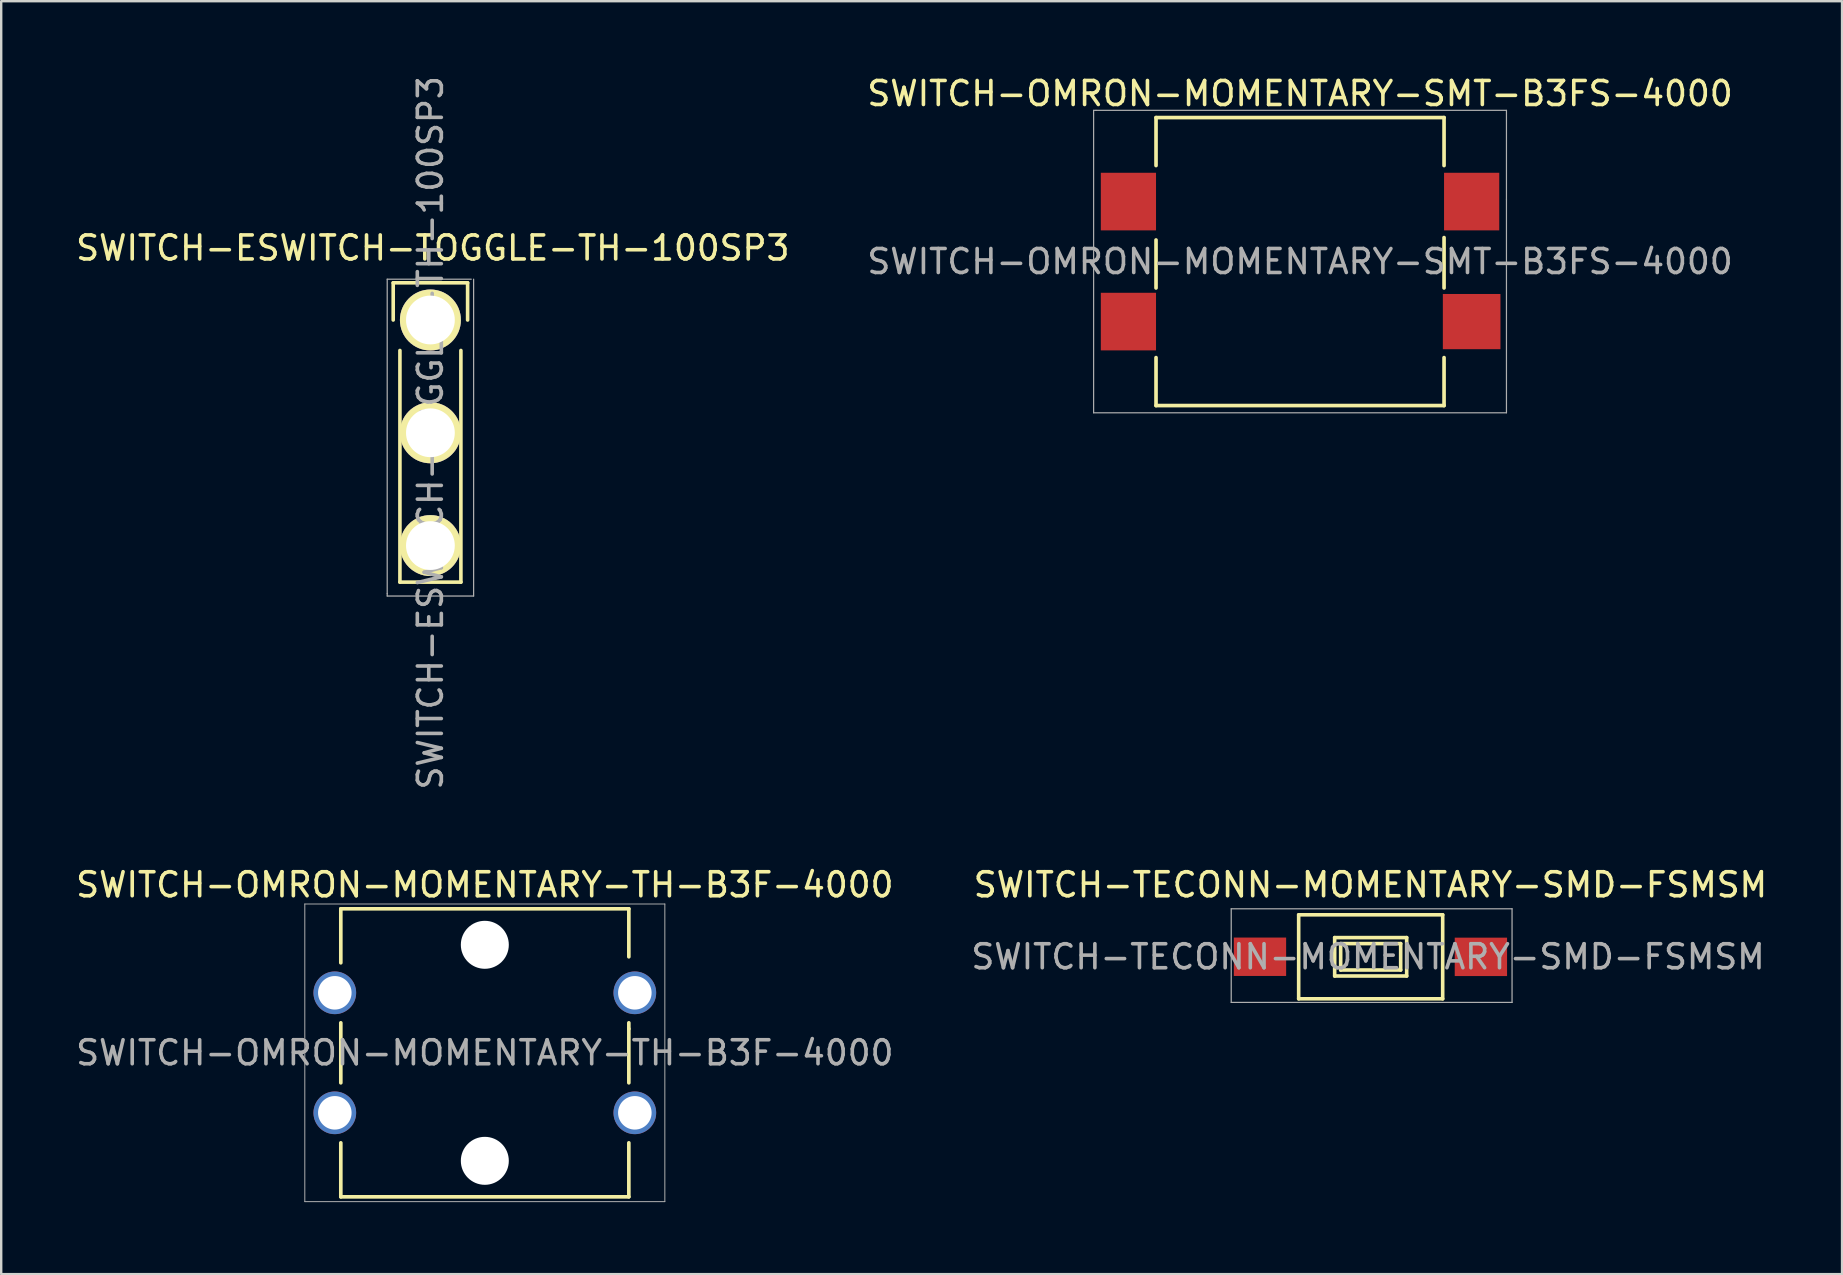
<source format=kicad_pcb>
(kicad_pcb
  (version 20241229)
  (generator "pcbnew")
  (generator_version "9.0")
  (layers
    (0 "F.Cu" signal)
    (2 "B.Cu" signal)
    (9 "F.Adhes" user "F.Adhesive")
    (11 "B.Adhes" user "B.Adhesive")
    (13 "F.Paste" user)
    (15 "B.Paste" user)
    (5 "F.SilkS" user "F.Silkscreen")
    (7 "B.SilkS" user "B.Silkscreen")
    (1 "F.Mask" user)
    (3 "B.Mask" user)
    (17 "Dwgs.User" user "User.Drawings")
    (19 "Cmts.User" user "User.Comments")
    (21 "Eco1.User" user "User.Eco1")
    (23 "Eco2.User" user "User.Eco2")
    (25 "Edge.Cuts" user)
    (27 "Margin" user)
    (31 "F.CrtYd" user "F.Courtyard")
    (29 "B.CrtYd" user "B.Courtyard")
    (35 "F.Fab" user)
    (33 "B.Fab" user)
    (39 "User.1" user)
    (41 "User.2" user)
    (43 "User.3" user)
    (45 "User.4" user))
  (footprint "SWITCH-ESWITCH-TOGGLE-TH-100SP3"
    (layer "F.Cu")
    (at 14.882 10.282)
    (property "Reference" "SWITCH-ESWITCH-TOGGLE-TH-100SP3" (at 0 4.7 90) (layer "F.Fab") (effects (font (size 1 1) (thickness 0.15))))
    (attr through_hole)
    (fp_line (start -1.55 -1.55) (end 1.55 -1.55) (stroke (width 0.15) (type solid)) (layer "F.SilkS"))
    (fp_line (start -1.55 0) (end -1.55 -1.55) (stroke (width 0.15) (type solid)) (layer "F.SilkS"))
    (fp_line (start -1.27 10.922) (end -1.27 1.27) (stroke (width 0.15) (type solid)) (layer "F.SilkS"))
    (fp_line (start 1.27 1.27) (end 1.27 10.922) (stroke (width 0.15) (type solid)) (layer "F.SilkS"))
    (fp_line (start 1.27 10.922) (end -1.27 10.922) (stroke (width 0.15) (type solid)) (layer "F.SilkS"))
    (fp_line (start 1.55 -1.55) (end 1.55 0) (stroke (width 0.15) (type solid)) (layer "F.SilkS"))
    (fp_line (start -1.8 -1.7) (end -1.8 11.4) (stroke (width 0.051) (type solid)) (layer "F.Fab"))
    (fp_line (start -1.8 11.4) (end -1.8 11.5) (stroke (width 0.051) (type solid)) (layer "F.Fab"))
    (fp_line (start -1.8 11.5) (end 1.8 11.5) (stroke (width 0.051) (type solid)) (layer "F.Fab"))
    (fp_line (start 1.7 -1.7) (end -1.8 -1.7) (stroke (width 0.051) (type solid)) (layer "F.Fab"))
    (fp_line (start 1.8 11.5) (end 1.8 -1.7) (stroke (width 0.051) (type solid)) (layer "F.Fab"))
    (fp_circle (center 0 0) (end 0.1 0.3) (stroke (width 0.508) (type solid)) (fill no) (layer "F.Fab"))
    (fp_text user "${REFERENCE}" (at 0.1 -3 0) (layer "F.SilkS") (effects (font (size 1 1) (thickness 0.15))))
    (pad "1" thru_hole circle (at 0 0) (size 2.54 2.54) (drill 2.032) (layers "*.Cu" "*.Mask" "F.SilkS"))
    (pad "2" thru_hole circle (at 0 4.699) (size 2.54 2.54) (drill 2.032) (layers "*.Cu" "*.Mask" "F.SilkS"))
    (pad "3" thru_hole circle (at 0 9.398) (size 2.54 2.54) (drill 2.032) (layers "*.Cu" "*.Mask" "F.SilkS")))
  (footprint "SWITCH-TECONN-MOMENTARY-SMD-FSMSM"
    (layer "F.Cu")
    (at 54.046 36.813)
    (property "Reference" "SWITCH-TECONN-MOMENTARY-SMD-FSMSM" (at -0.1 0 0) (layer "F.Fab") (effects (font (size 1 1) (thickness 0.15))))
    (attr smd)
    (fp_line (start -2.99 -1.75) (end -2.99 1.75) (stroke (width 0.15) (type solid)) (layer "F.SilkS"))
    (fp_line (start -2.99 -1.75) (end 3.01 -1.75) (stroke (width 0.15) (type solid)) (layer "F.SilkS"))
    (fp_line (start -2.99 1.75) (end 3.01 1.75) (stroke (width 0.15) (type solid)) (layer "F.SilkS"))
    (fp_line (start -1.49 -0.8) (end -1.49 0.8) (stroke (width 0.15) (type solid)) (layer "F.SilkS"))
    (fp_line (start -1.49 -0.8) (end 1.51 -0.8) (stroke (width 0.15) (type solid)) (layer "F.SilkS"))
    (fp_line (start -1.49 0.8) (end 1.51 0.8) (stroke (width 0.15) (type solid)) (layer "F.SilkS"))
    (fp_line (start -1.24 -0.55) (end 1.26 -0.55) (stroke (width 0.15) (type solid)) (layer "F.SilkS"))
    (fp_line (start -1.24 0.55) (end -1.24 -0.55) (stroke (width 0.15) (type solid)) (layer "F.SilkS"))
    (fp_line (start 1.26 -0.55) (end 1.26 0.55) (stroke (width 0.15) (type solid)) (layer "F.SilkS"))
    (fp_line (start 1.26 0.55) (end -1.24 0.55) (stroke (width 0.15) (type solid)) (layer "F.SilkS"))
    (fp_line (start 1.51 -0.8) (end 1.51 0.8) (stroke (width 0.15) (type solid)) (layer "F.SilkS"))
    (fp_line (start 3.01 -1.75) (end 3.01 1.75) (stroke (width 0.15) (type solid)) (layer "F.SilkS"))
    (fp_line (start -5.8 -2) (end -5.8 1.9) (stroke (width 0.051) (type solid)) (layer "F.Fab"))
    (fp_line (start -5.8 1.9) (end 5.9 1.9) (stroke (width 0.051) (type solid)) (layer "F.Fab"))
    (fp_line (start 5.9 -2) (end -5.8 -2) (stroke (width 0.051) (type solid)) (layer "F.Fab"))
    (fp_line (start 5.9 1.9) (end 5.9 -2) (stroke (width 0.051) (type solid)) (layer "F.Fab"))
    (fp_text user "${REFERENCE}" (at 0 -3 0) (layer "F.SilkS") (effects (font (size 1 1) (thickness 0.15))))
    (pad "1" smd rect (at -4.602 -0.002) (size 2.18 1.6) (layers "F.Cu" "F.Mask" "F.Paste"))
    (pad "2" smd rect (at 4.602 0.002) (size 2.18 1.6) (layers "F.Cu" "F.Mask" "F.Paste")))
  (footprint "SWITCH-OMRON-MOMENTARY-TH-B3F-4000"
    (layer "F.Cu")
    (at 17.149 40.813)
    (property "Reference" "SWITCH-OMRON-MOMENTARY-TH-B3F-4000" (at 0 0 0) (layer "F.Fab") (effects (font (size 1 1) (thickness 0.15))))
    (attr through_hole)
    (fp_line (start -6 -6) (end -6 -3.75) (stroke (width 0.152) (type solid)) (layer "F.SilkS"))
    (fp_line (start -6 -6) (end 6 -6) (stroke (width 0.152) (type solid)) (layer "F.SilkS"))
    (fp_line (start -6 -1.25) (end -6 1.25) (stroke (width 0.152) (type solid)) (layer "F.SilkS"))
    (fp_line (start -6 3.75) (end -6 6) (stroke (width 0.152) (type solid)) (layer "F.SilkS"))
    (fp_line (start -6 6) (end 6 6) (stroke (width 0.152) (type solid)) (layer "F.SilkS"))
    (fp_line (start 6 -6) (end 6 -4) (stroke (width 0.152) (type solid)) (layer "F.SilkS"))
    (fp_line (start 6 -1.25) (end 6 -1) (stroke (width 0.152) (type solid)) (layer "F.SilkS"))
    (fp_line (start 6 -1) (end 6 1.25) (stroke (width 0.152) (type solid)) (layer "F.SilkS"))
    (fp_line (start 6 6) (end 6 3.75) (stroke (width 0.152) (type solid)) (layer "F.SilkS"))
    (fp_line (start -7.5 -6.2) (end 7.5 -6.2) (stroke (width 0.041) (type solid)) (layer "F.Fab"))
    (fp_line (start -7.5 6.2) (end -7.5 -6.2) (stroke (width 0.041) (type solid)) (layer "F.Fab"))
    (fp_line (start 7.5 -6.2) (end 7.5 6.2) (stroke (width 0.041) (type solid)) (layer "F.Fab"))
    (fp_line (start 7.5 6.2) (end -7.5 6.2) (stroke (width 0.041) (type solid)) (layer "F.Fab"))
    (fp_circle (center 0 -4.5) (end 0.5 -3.75) (stroke (width 0.041) (type solid)) (fill no) (layer "F.Fab"))
    (fp_circle (center 0 4.5) (end 0.5 5.25) (stroke (width 0.041) (type solid)) (fill no) (layer "F.Fab"))
    (fp_text user "${REFERENCE}" (at 0 -7 0) (layer "F.SilkS") (effects (font (size 1 1) (thickness 0.15))))
    (pad "" np_thru_hole circle (at 0 -4.5) (size 1.999 1.999) (drill 1.999) (layers "*.Cu"))
    (pad "" np_thru_hole circle (at 0 4.5) (size 1.999 1.999) (drill 1.999) (layers "*.Cu"))
    (pad "1" thru_hole circle (at 6.25 2.5) (size 1.778 1.778) (drill 1.397) (layers "*.Cu" "*.Mask"))
    (pad "2" thru_hole circle (at -6.25 2.5) (size 1.778 1.778) (drill 1.397) (layers "*.Cu" "*.Mask"))
    (pad "3" thru_hole circle (at 6.25 -2.5) (size 1.778 1.778) (drill 1.397) (layers "*.Cu" "*.Mask"))
    (pad "4" thru_hole circle (at -6.25 -2.5) (size 1.778 1.778) (drill 1.397) (layers "*.Cu" "*.Mask")))
  (footprint "SWITCH-OMRON-MOMENTARY-SMT-B3FS-4000"
    (layer "F.Cu")
    (at 51.113 7.848)
    (property "Reference" "SWITCH-OMRON-MOMENTARY-SMT-B3FS-4000" (at 0 0 0) (layer "F.Fab") (effects (font (size 1 1) (thickness 0.15))))
    (attr through_hole)
    (fp_line (start -6 -6) (end -6 -4) (stroke (width 0.152) (type solid)) (layer "F.SilkS"))
    (fp_line (start -6 -6) (end 6 -6) (stroke (width 0.152) (type solid)) (layer "F.SilkS"))
    (fp_line (start -6 -0.9) (end -6 1.1) (stroke (width 0.152) (type solid)) (layer "F.SilkS"))
    (fp_line (start -6 4) (end -6 6) (stroke (width 0.152) (type solid)) (layer "F.SilkS"))
    (fp_line (start -6 6) (end 6 6) (stroke (width 0.152) (type solid)) (layer "F.SilkS"))
    (fp_line (start 6 -6) (end 6 -4) (stroke (width 0.152) (type solid)) (layer "F.SilkS"))
    (fp_line (start 6 -1) (end 6 1.1) (stroke (width 0.152) (type solid)) (layer "F.SilkS"))
    (fp_line (start 6 6) (end 6 4) (stroke (width 0.152) (type solid)) (layer "F.SilkS"))
    (fp_line (start -8.6 -6.3) (end -8.6 6.3) (stroke (width 0.05) (type solid)) (layer "F.Fab"))
    (fp_line (start -8.6 6.3) (end 8.6 6.3) (stroke (width 0.05) (type solid)) (layer "F.Fab"))
    (fp_line (start -8.5 -6.3) (end -8.6 -6.3) (stroke (width 0.05) (type solid)) (layer "F.Fab"))
    (fp_line (start 8.6 -6.3) (end -8.5 -6.3) (stroke (width 0.05) (type solid)) (layer "F.Fab"))
    (fp_line (start 8.6 -2.6) (end 8.6 -6.3) (stroke (width 0.05) (type solid)) (layer "F.Fab"))
    (fp_line (start 8.6 6.3) (end 8.6 -2.6) (stroke (width 0.05) (type solid)) (layer "F.Fab"))
    (fp_text user "${REFERENCE}" (at 0 -7 0) (layer "F.SilkS") (effects (font (size 1 1) (thickness 0.15))))
    (pad "1" smd rect (at 7.15 2.5) (size 2.4 2.3) (layers "F.Cu" "F.Mask" "F.Paste"))
    (pad "2" smd rect (at -7.15 2.5) (size 2.3 2.4) (layers "F.Cu" "F.Mask" "F.Paste"))
    (pad "3" smd rect (at 7.15 -2.5) (size 2.3 2.4) (layers "F.Cu" "F.Mask" "F.Paste"))
    (pad "4" smd rect (at -7.15 -2.5) (size 2.3 2.4) (layers "F.Cu" "F.Mask" "F.Paste")))
  (gr_rect
    (start -3 -3)
    (end 73.695 50.033)
    (stroke (width 0.1) (type default))
    (fill no)
    (layer "Edge.Cuts")))
</source>
